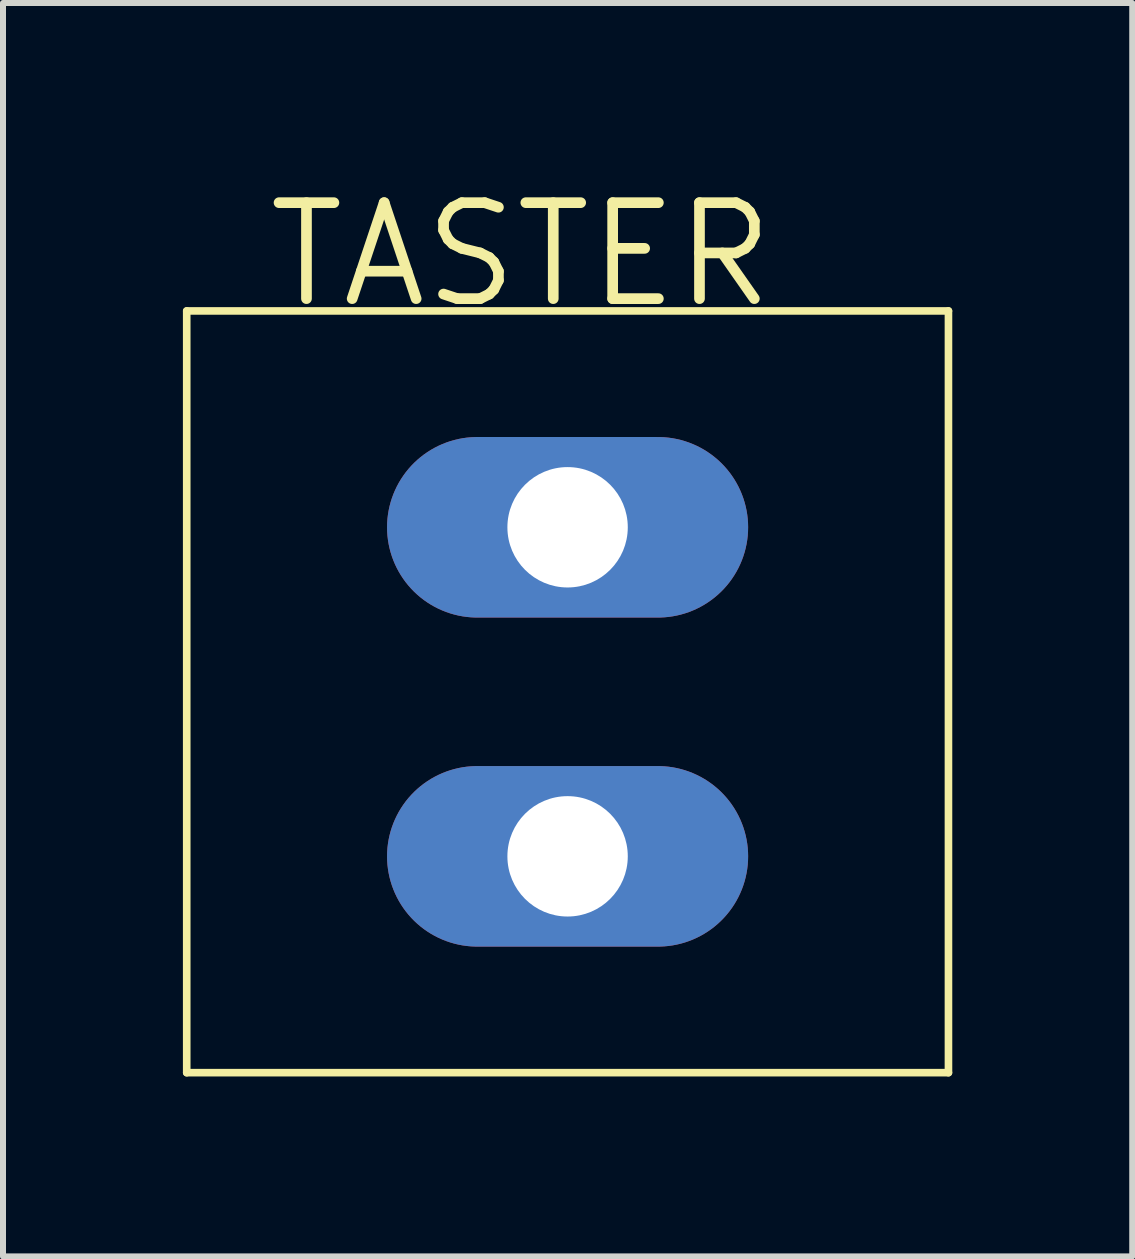
<source format=kicad_pcb>
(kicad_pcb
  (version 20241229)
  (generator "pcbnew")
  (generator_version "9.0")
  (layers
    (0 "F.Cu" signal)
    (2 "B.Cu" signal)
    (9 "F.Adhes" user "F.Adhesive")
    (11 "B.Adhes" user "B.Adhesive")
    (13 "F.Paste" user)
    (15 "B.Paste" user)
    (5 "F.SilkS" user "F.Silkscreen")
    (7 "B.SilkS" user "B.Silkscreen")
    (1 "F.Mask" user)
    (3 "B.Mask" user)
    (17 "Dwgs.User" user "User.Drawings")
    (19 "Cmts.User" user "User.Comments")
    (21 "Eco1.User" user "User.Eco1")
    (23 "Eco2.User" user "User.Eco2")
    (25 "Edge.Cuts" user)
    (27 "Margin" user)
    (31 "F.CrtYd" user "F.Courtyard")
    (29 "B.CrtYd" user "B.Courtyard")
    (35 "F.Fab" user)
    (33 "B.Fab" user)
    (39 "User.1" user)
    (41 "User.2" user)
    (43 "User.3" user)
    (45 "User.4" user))
  (footprint "TASTER"
    (layer "F.Cu")
    (at 6.413 9.754)
    (property "Reference" "TASTER" (at -5.08 -7.62 0) (unlocked yes) (layer "F.SilkS") (effects (font (size 1.6 1.6) (thickness 0.178)) (justify left bottom)))
    (fp_line (start -6.35 -7.62) (end 6.35 -7.62) (stroke (width 0.127) (type solid)) (layer "F.SilkS"))
    (fp_line (start -6.35 5.08) (end -6.35 -7.62) (stroke (width 0.127) (type solid)) (layer "F.SilkS"))
    (fp_line (start 6.35 -7.62) (end 6.35 5.08) (stroke (width 0.127) (type solid)) (layer "F.SilkS"))
    (fp_line (start 6.35 5.08) (end -6.35 5.08) (stroke (width 0.127) (type solid)) (layer "F.SilkS"))
    (pad "1" thru_hole oval (at 0 -4.013) (size 6.02 3.01) (drill 2.007) (layers "*.Cu" "*.Mask"))
    (pad "3" thru_hole oval (at 0 1.473) (size 6.02 3.01) (drill 2.007) (layers "*.Cu" "*.Mask")))
  (gr_rect
    (start -3 -3)
    (end 15.827 17.897)
    (stroke (width 0.1) (type default))
    (fill no)
    (layer "Edge.Cuts")))
</source>
